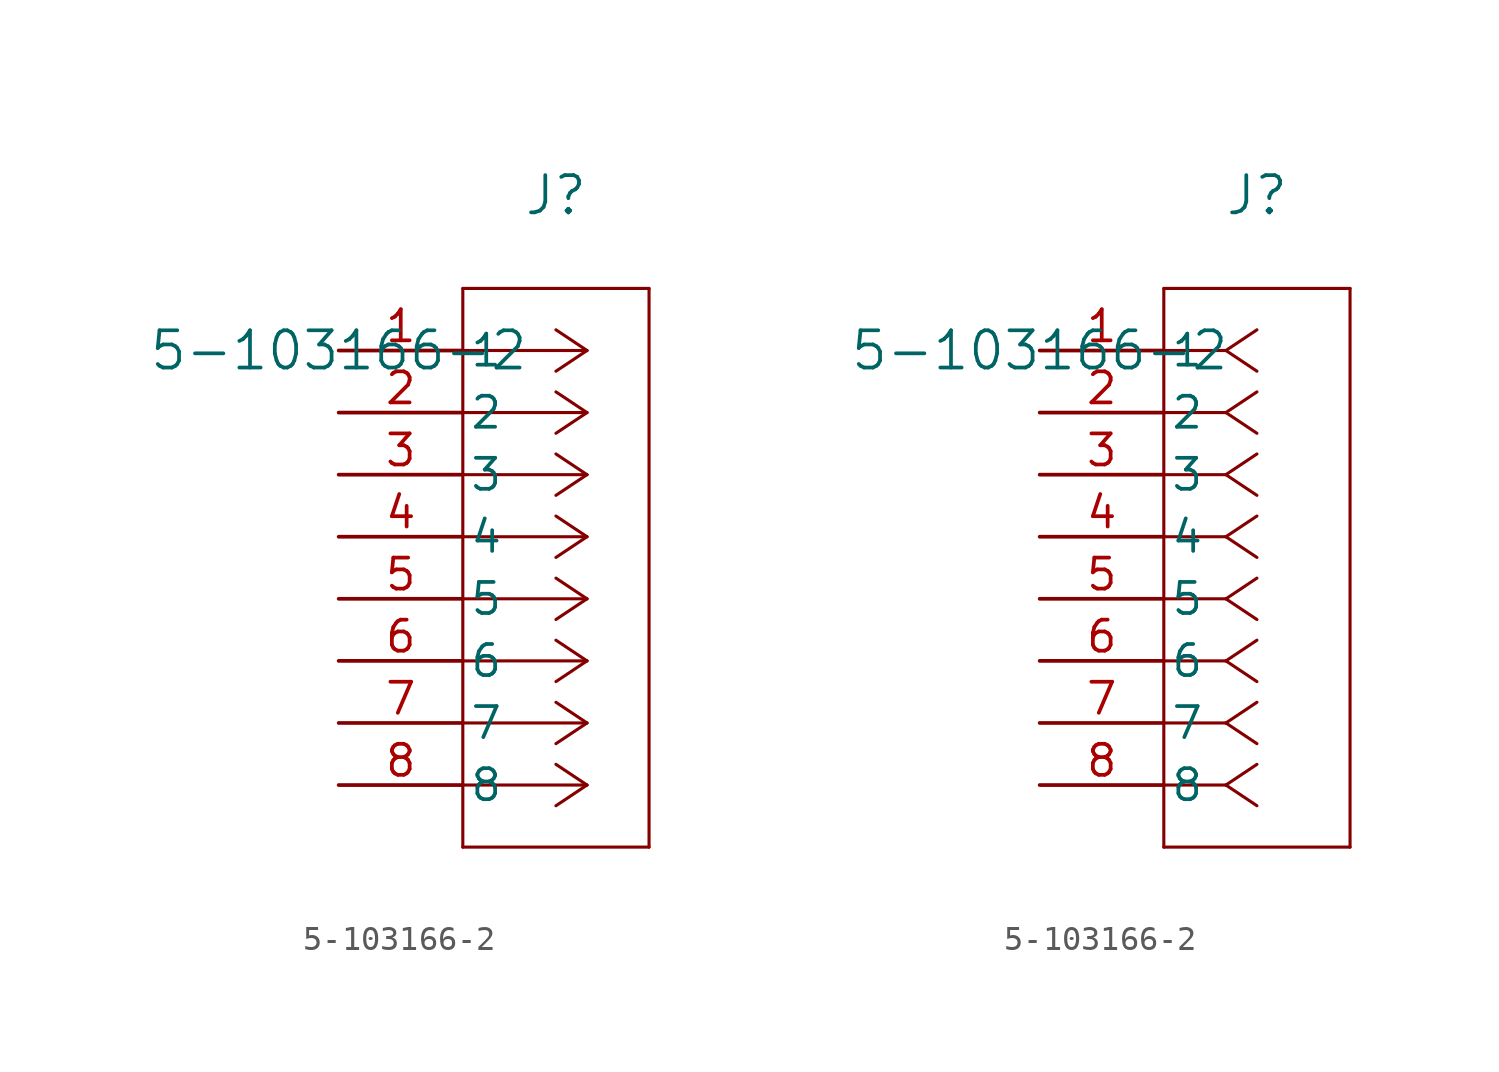
<source format=kicad_sym>
(kicad_symbol_lib
  (version 20211014)
  (generator kicad_symbol_editor)
  (symbol "5-103166-2"
    (pin_names
      (offset 0.254))
    (property "Reference" "J"
      (at 8.89 6.35 0)
      (effects (font (size 1.524 1.524))))
    (property "Value" "5-103166-2"
      (at 0 0 0)
      (effects (font (size 1.524 1.524))))
    (symbol "5-103166-2_1_1"
      (polyline (pts (xy 10.16 0) (xy 5.08 0)) (stroke (width 0.127) (type default) (color 0 0 0 0)) (fill (type none)))
      (polyline (pts (xy 10.16 -2.54) (xy 5.08 -2.54)) (stroke (width 0.127) (type default) (color 0 0 0 0)) (fill (type none)))
      (polyline (pts (xy 10.16 -5.08) (xy 5.08 -5.08)) (stroke (width 0.127) (type default) (color 0 0 0 0)) (fill (type none)))
      (polyline (pts (xy 10.16 -7.62) (xy 5.08 -7.62)) (stroke (width 0.127) (type default) (color 0 0 0 0)) (fill (type none)))
      (polyline (pts (xy 10.16 -10.16) (xy 5.08 -10.16)) (stroke (width 0.127) (type default) (color 0 0 0 0)) (fill (type none)))
      (polyline (pts (xy 10.16 -12.7) (xy 5.08 -12.7)) (stroke (width 0.127) (type default) (color 0 0 0 0)) (fill (type none)))
      (polyline (pts (xy 10.16 -15.24) (xy 5.08 -15.24)) (stroke (width 0.127) (type default) (color 0 0 0 0)) (fill (type none)))
      (polyline (pts (xy 10.16 -17.78) (xy 5.08 -17.78)) (stroke (width 0.127) (type default) (color 0 0 0 0)) (fill (type none)))
      (polyline (pts (xy 10.16 0) (xy 8.89 0.847)) (stroke (width 0.127) (type default) (color 0 0 0 0)) (fill (type none)))
      (polyline (pts (xy 10.16 -2.54) (xy 8.89 -1.693)) (stroke (width 0.127) (type default) (color 0 0 0 0)) (fill (type none)))
      (polyline (pts (xy 10.16 -5.08) (xy 8.89 -4.233)) (stroke (width 0.127) (type default) (color 0 0 0 0)) (fill (type none)))
      (polyline (pts (xy 10.16 -7.62) (xy 8.89 -6.773)) (stroke (width 0.127) (type default) (color 0 0 0 0)) (fill (type none)))
      (polyline (pts (xy 10.16 -10.16) (xy 8.89 -9.313)) (stroke (width 0.127) (type default) (color 0 0 0 0)) (fill (type none)))
      (polyline (pts (xy 10.16 -12.7) (xy 8.89 -11.853)) (stroke (width 0.127) (type default) (color 0 0 0 0)) (fill (type none)))
      (polyline (pts (xy 10.16 -15.24) (xy 8.89 -14.393)) (stroke (width 0.127) (type default) (color 0 0 0 0)) (fill (type none)))
      (polyline (pts (xy 10.16 -17.78) (xy 8.89 -16.933)) (stroke (width 0.127) (type default) (color 0 0 0 0)) (fill (type none)))
      (polyline (pts (xy 10.16 0) (xy 8.89 -0.847)) (stroke (width 0.127) (type default) (color 0 0 0 0)) (fill (type none)))
      (polyline (pts (xy 10.16 -2.54) (xy 8.89 -3.387)) (stroke (width 0.127) (type default) (color 0 0 0 0)) (fill (type none)))
      (polyline (pts (xy 10.16 -5.08) (xy 8.89 -5.927)) (stroke (width 0.127) (type default) (color 0 0 0 0)) (fill (type none)))
      (polyline (pts (xy 10.16 -7.62) (xy 8.89 -8.467)) (stroke (width 0.127) (type default) (color 0 0 0 0)) (fill (type none)))
      (polyline (pts (xy 10.16 -10.16) (xy 8.89 -11.007)) (stroke (width 0.127) (type default) (color 0 0 0 0)) (fill (type none)))
      (polyline (pts (xy 10.16 -12.7) (xy 8.89 -13.547)) (stroke (width 0.127) (type default) (color 0 0 0 0)) (fill (type none)))
      (polyline (pts (xy 10.16 -15.24) (xy 8.89 -16.087)) (stroke (width 0.127) (type default) (color 0 0 0 0)) (fill (type none)))
      (polyline (pts (xy 10.16 -17.78) (xy 8.89 -18.627)) (stroke (width 0.127) (type default) (color 0 0 0 0)) (fill (type none)))
      (polyline (pts (xy 5.08 2.54) (xy 5.08 -20.32)) (stroke (width 0.127) (type default) (color 0 0 0 0)) (fill (type none)))
      (polyline (pts (xy 5.08 -20.32) (xy 12.7 -20.32)) (stroke (width 0.127) (type default) (color 0 0 0 0)) (fill (type none)))
      (polyline (pts (xy 12.7 -20.32) (xy 12.7 2.54)) (stroke (width 0.127) (type default) (color 0 0 0 0)) (fill (type none)))
      (polyline (pts (xy 12.7 2.54) (xy 5.08 2.54)) (stroke (width 0.127) (type default) (color 0 0 0 0)) (fill (type none)))
      (pin unspecified line (at 0 0 0) (length 5.08) (name "1" (effects (font (size 1.27 1.27)))) (number "1" (effects (font (size 1.27 1.27)))))
      (pin unspecified line (at 0 -2.54 0) (length 5.08) (name "2" (effects (font (size 1.27 1.27)))) (number "2" (effects (font (size 1.27 1.27)))))
      (pin unspecified line (at 0 -5.08 0) (length 5.08) (name "3" (effects (font (size 1.27 1.27)))) (number "3" (effects (font (size 1.27 1.27)))))
      (pin unspecified line (at 0 -7.62 0) (length 5.08) (name "4" (effects (font (size 1.27 1.27)))) (number "4" (effects (font (size 1.27 1.27)))))
      (pin unspecified line (at 0 -10.16 0) (length 5.08) (name "5" (effects (font (size 1.27 1.27)))) (number "5" (effects (font (size 1.27 1.27)))))
      (pin unspecified line (at 0 -12.7 0) (length 5.08) (name "6" (effects (font (size 1.27 1.27)))) (number "6" (effects (font (size 1.27 1.27)))))
      (pin unspecified line (at 0 -15.24 0) (length 5.08) (name "7" (effects (font (size 1.27 1.27)))) (number "7" (effects (font (size 1.27 1.27)))))
      (pin unspecified line (at 0 -17.78 0) (length 5.08) (name "8" (effects (font (size 1.27 1.27)))) (number "8" (effects (font (size 1.27 1.27))))))
    (symbol "5-103166-2_1_2"
      (polyline (pts (xy 7.62 0) (xy 5.08 0)) (stroke (width 0.127) (type default) (color 0 0 0 0)) (fill (type none)))
      (polyline (pts (xy 7.62 -2.54) (xy 5.08 -2.54)) (stroke (width 0.127) (type default) (color 0 0 0 0)) (fill (type none)))
      (polyline (pts (xy 7.62 -5.08) (xy 5.08 -5.08)) (stroke (width 0.127) (type default) (color 0 0 0 0)) (fill (type none)))
      (polyline (pts (xy 7.62 -7.62) (xy 5.08 -7.62)) (stroke (width 0.127) (type default) (color 0 0 0 0)) (fill (type none)))
      (polyline (pts (xy 7.62 -10.16) (xy 5.08 -10.16)) (stroke (width 0.127) (type default) (color 0 0 0 0)) (fill (type none)))
      (polyline (pts (xy 7.62 -12.7) (xy 5.08 -12.7)) (stroke (width 0.127) (type default) (color 0 0 0 0)) (fill (type none)))
      (polyline (pts (xy 7.62 -15.24) (xy 5.08 -15.24)) (stroke (width 0.127) (type default) (color 0 0 0 0)) (fill (type none)))
      (polyline (pts (xy 7.62 -17.78) (xy 5.08 -17.78)) (stroke (width 0.127) (type default) (color 0 0 0 0)) (fill (type none)))
      (polyline (pts (xy 7.62 0) (xy 8.89 0.847)) (stroke (width 0.127) (type default) (color 0 0 0 0)) (fill (type none)))
      (polyline (pts (xy 7.62 -2.54) (xy 8.89 -1.693)) (stroke (width 0.127) (type default) (color 0 0 0 0)) (fill (type none)))
      (polyline (pts (xy 7.62 -5.08) (xy 8.89 -4.233)) (stroke (width 0.127) (type default) (color 0 0 0 0)) (fill (type none)))
      (polyline (pts (xy 7.62 -7.62) (xy 8.89 -6.773)) (stroke (width 0.127) (type default) (color 0 0 0 0)) (fill (type none)))
      (polyline (pts (xy 7.62 -10.16) (xy 8.89 -9.313)) (stroke (width 0.127) (type default) (color 0 0 0 0)) (fill (type none)))
      (polyline (pts (xy 7.62 -12.7) (xy 8.89 -11.853)) (stroke (width 0.127) (type default) (color 0 0 0 0)) (fill (type none)))
      (polyline (pts (xy 7.62 -15.24) (xy 8.89 -14.393)) (stroke (width 0.127) (type default) (color 0 0 0 0)) (fill (type none)))
      (polyline (pts (xy 7.62 -17.78) (xy 8.89 -16.933)) (stroke (width 0.127) (type default) (color 0 0 0 0)) (fill (type none)))
      (polyline (pts (xy 7.62 0) (xy 8.89 -0.847)) (stroke (width 0.127) (type default) (color 0 0 0 0)) (fill (type none)))
      (polyline (pts (xy 7.62 -2.54) (xy 8.89 -3.387)) (stroke (width 0.127) (type default) (color 0 0 0 0)) (fill (type none)))
      (polyline (pts (xy 7.62 -5.08) (xy 8.89 -5.927)) (stroke (width 0.127) (type default) (color 0 0 0 0)) (fill (type none)))
      (polyline (pts (xy 7.62 -7.62) (xy 8.89 -8.467)) (stroke (width 0.127) (type default) (color 0 0 0 0)) (fill (type none)))
      (polyline (pts (xy 7.62 -10.16) (xy 8.89 -11.007)) (stroke (width 0.127) (type default) (color 0 0 0 0)) (fill (type none)))
      (polyline (pts (xy 7.62 -12.7) (xy 8.89 -13.547)) (stroke (width 0.127) (type default) (color 0 0 0 0)) (fill (type none)))
      (polyline (pts (xy 7.62 -15.24) (xy 8.89 -16.087)) (stroke (width 0.127) (type default) (color 0 0 0 0)) (fill (type none)))
      (polyline (pts (xy 7.62 -17.78) (xy 8.89 -18.627)) (stroke (width 0.127) (type default) (color 0 0 0 0)) (fill (type none)))
      (polyline (pts (xy 5.08 2.54) (xy 5.08 -20.32)) (stroke (width 0.127) (type default) (color 0 0 0 0)) (fill (type none)))
      (polyline (pts (xy 5.08 -20.32) (xy 12.7 -20.32)) (stroke (width 0.127) (type default) (color 0 0 0 0)) (fill (type none)))
      (polyline (pts (xy 12.7 -20.32) (xy 12.7 2.54)) (stroke (width 0.127) (type default) (color 0 0 0 0)) (fill (type none)))
      (polyline (pts (xy 12.7 2.54) (xy 5.08 2.54)) (stroke (width 0.127) (type default) (color 0 0 0 0)) (fill (type none)))
      (pin unspecified line (at 0 0 0) (length 5.08) (name "1" (effects (font (size 1.27 1.27)))) (number "1" (effects (font (size 1.27 1.27)))))
      (pin unspecified line (at 0 -2.54 0) (length 5.08) (name "2" (effects (font (size 1.27 1.27)))) (number "2" (effects (font (size 1.27 1.27)))))
      (pin unspecified line (at 0 -5.08 0) (length 5.08) (name "3" (effects (font (size 1.27 1.27)))) (number "3" (effects (font (size 1.27 1.27)))))
      (pin unspecified line (at 0 -7.62 0) (length 5.08) (name "4" (effects (font (size 1.27 1.27)))) (number "4" (effects (font (size 1.27 1.27)))))
      (pin unspecified line (at 0 -10.16 0) (length 5.08) (name "5" (effects (font (size 1.27 1.27)))) (number "5" (effects (font (size 1.27 1.27)))))
      (pin unspecified line (at 0 -12.7 0) (length 5.08) (name "6" (effects (font (size 1.27 1.27)))) (number "6" (effects (font (size 1.27 1.27)))))
      (pin unspecified line (at 0 -15.24 0) (length 5.08) (name "7" (effects (font (size 1.27 1.27)))) (number "7" (effects (font (size 1.27 1.27)))))
      (pin unspecified line (at 0 -17.78 0) (length 5.08) (name "8" (effects (font (size 1.27 1.27)))) (number "8" (effects (font (size 1.27 1.27))))))))
</source>
